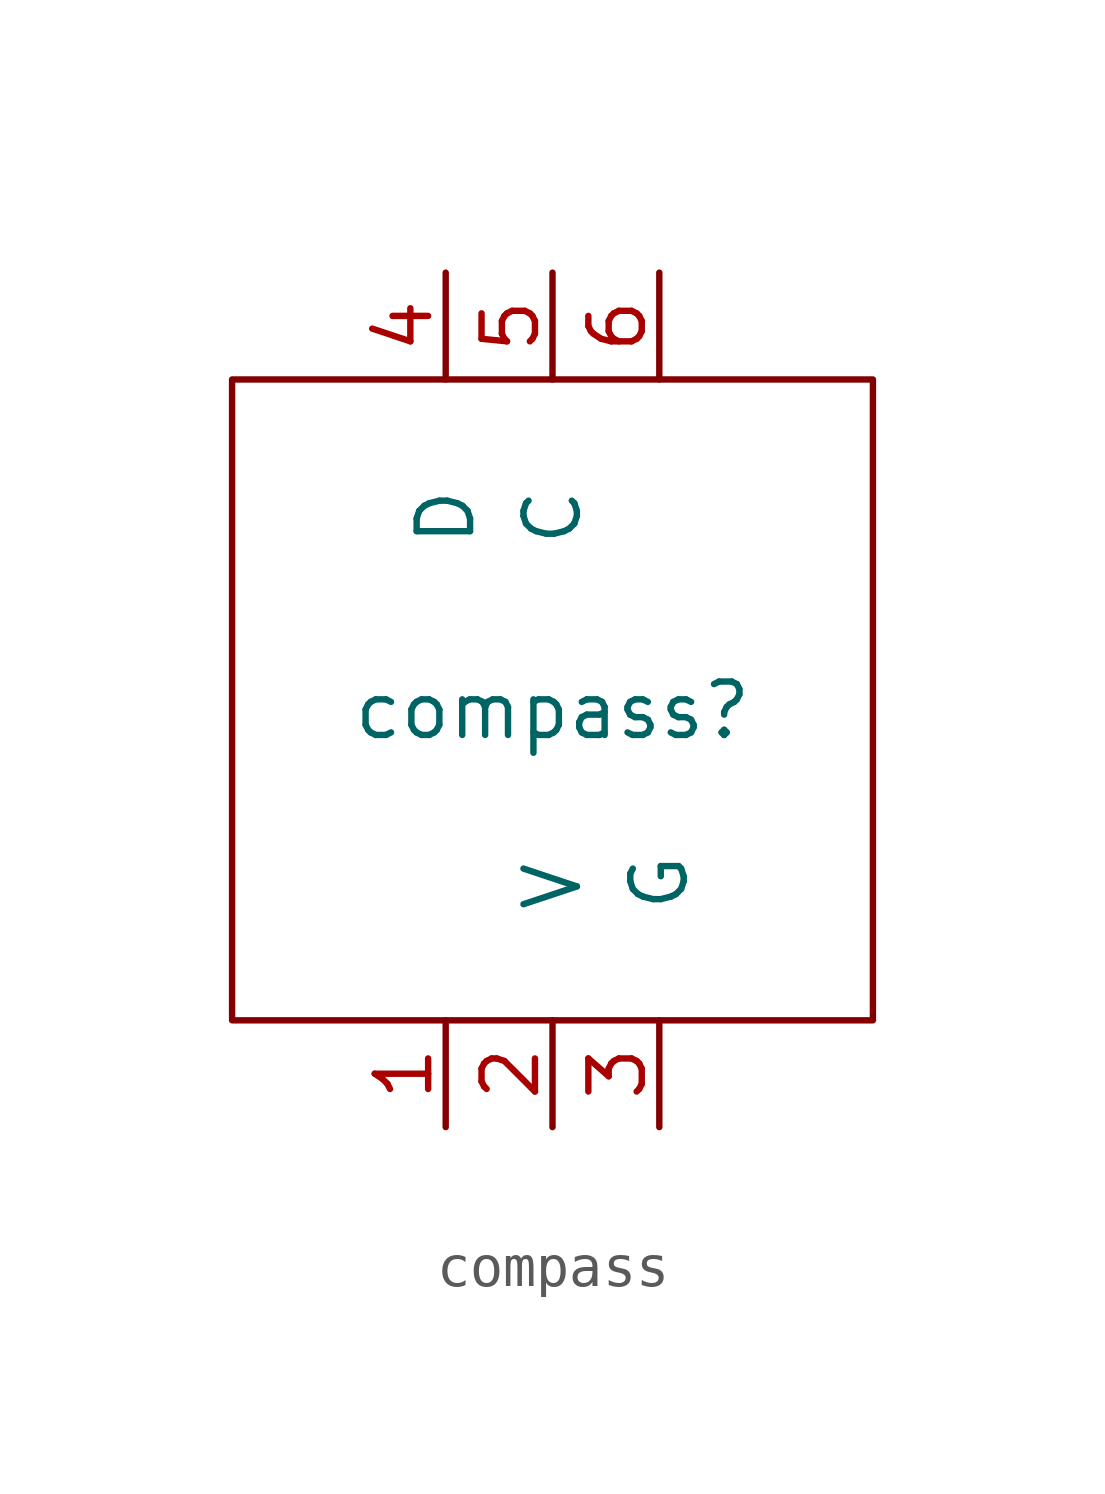
<source format=kicad_sym>
(kicad_symbol_lib
  (version 20231120)
  (generator "kicad_symbol_editor")
  (generator_version "8.0")
  (symbol "compass"
    (pin_names
      (offset 2.54))
    (property "Reference" "compass"
      (at 0 7.366 0)
      (effects (font (size 1.27 1.27))))
    (property "Value" ""
      (at 0 0 0)
      (effects (font (size 1.27 1.27))))
    (symbol "compass_0_1"
      (rectangle (start 7.62 0) (end -7.62 15.24) (stroke (width 0) (type default)) (fill (type none))))
    (symbol "compass_1_1"
      (pin passive line (at -2.54 -2.54 90) (length 2.54) (name "" (effects (font (size 1.27 1.27)))) (number "1" (effects (font (size 1.27 1.27)))))
      (pin power_in line (at 0 -2.54 90) (length 2.54) (name "V" (effects (font (size 1.27 1.27)))) (number "2" (effects (font (size 1.27 1.27)))))
      (pin power_in line (at 2.54 -2.54 90) (length 2.54) (name "G" (effects (font (size 1.27 1.27)))) (number "3" (effects (font (size 1.27 1.27)))))
      (pin bidirectional line (at -2.54 17.78 270) (length 2.54) (name "D" (effects (font (size 1.27 1.27)))) (number "4" (effects (font (size 1.27 1.27)))))
      (pin bidirectional line (at 0 17.78 270) (length 2.54) (name "C" (effects (font (size 1.27 1.27)))) (number "5" (effects (font (size 1.27 1.27)))))
      (pin passive line (at 2.54 17.78 270) (length 2.54) (name "" (effects (font (size 1.27 1.27)))) (number "6" (effects (font (size 1.27 1.27))))))))
</source>
